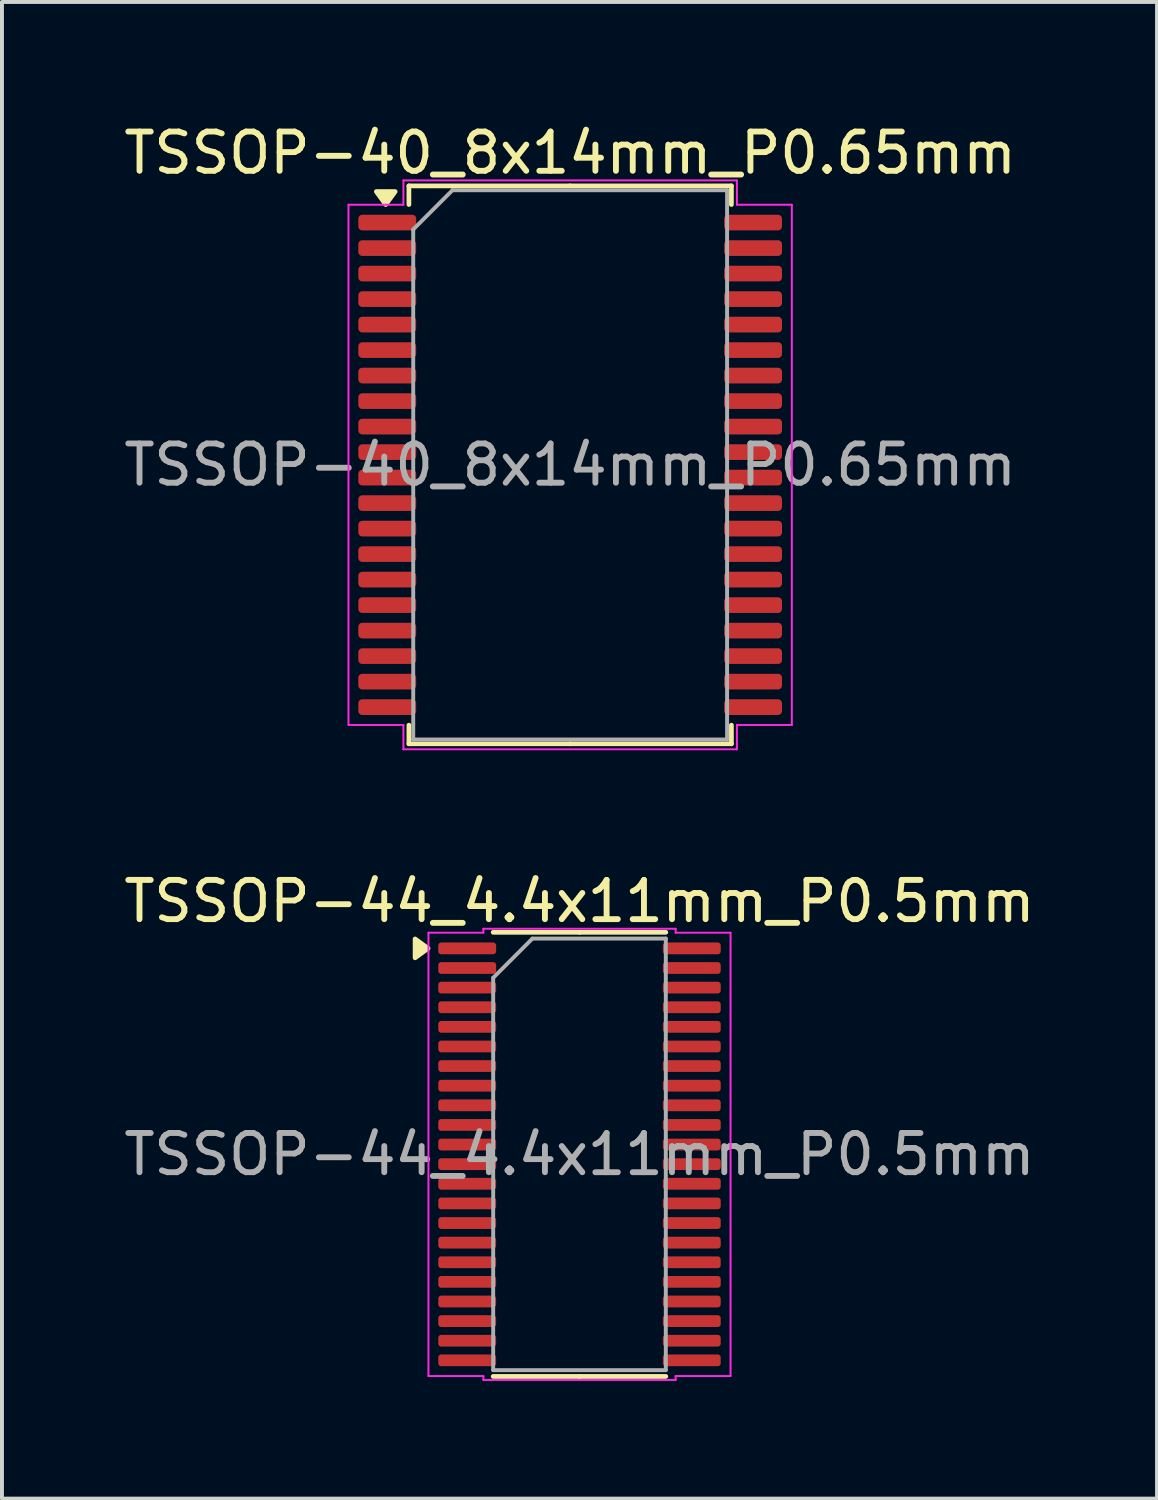
<source format=kicad_pcb>
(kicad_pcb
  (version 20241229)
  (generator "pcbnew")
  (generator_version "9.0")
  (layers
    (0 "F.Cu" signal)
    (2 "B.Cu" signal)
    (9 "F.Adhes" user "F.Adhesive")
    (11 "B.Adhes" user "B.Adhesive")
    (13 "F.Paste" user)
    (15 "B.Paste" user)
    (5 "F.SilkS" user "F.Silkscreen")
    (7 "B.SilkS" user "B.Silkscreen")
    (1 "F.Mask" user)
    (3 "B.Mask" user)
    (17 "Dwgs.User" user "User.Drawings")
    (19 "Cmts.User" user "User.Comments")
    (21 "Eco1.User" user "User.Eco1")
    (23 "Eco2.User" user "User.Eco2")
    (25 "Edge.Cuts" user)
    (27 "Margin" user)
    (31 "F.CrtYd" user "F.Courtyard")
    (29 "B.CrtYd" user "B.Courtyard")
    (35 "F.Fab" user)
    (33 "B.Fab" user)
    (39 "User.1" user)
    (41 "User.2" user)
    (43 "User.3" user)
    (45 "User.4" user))
  (footprint "TSSOP-40_8x14mm_P0.65mm"
    (layer "F.Cu")
    (at 11.482 8.798)
    (property "Reference" "TSSOP-40_8x14mm_P0.65mm" (at 0 -7.95 0) (layer "F.SilkS") (effects (font (size 1 1) (thickness 0.15))))
    (attr smd)
    (fp_line (start -4.11 -7.11) (end -4.11 -6.635) (stroke (width 0.12) (type solid)) (layer "F.SilkS"))
    (fp_line (start -4.11 7.11) (end -4.11 6.635) (stroke (width 0.12) (type solid)) (layer "F.SilkS"))
    (fp_line (start 0 -7.11) (end -4.11 -7.11) (stroke (width 0.12) (type solid)) (layer "F.SilkS"))
    (fp_line (start 0 -7.11) (end 4.11 -7.11) (stroke (width 0.12) (type solid)) (layer "F.SilkS"))
    (fp_line (start 0 7.11) (end -4.11 7.11) (stroke (width 0.12) (type solid)) (layer "F.SilkS"))
    (fp_line (start 0 7.11) (end 4.11 7.11) (stroke (width 0.12) (type solid)) (layer "F.SilkS"))
    (fp_line (start 4.11 -7.11) (end 4.11 -6.635) (stroke (width 0.12) (type solid)) (layer "F.SilkS"))
    (fp_line (start 4.11 7.11) (end 4.11 6.635) (stroke (width 0.12) (type solid)) (layer "F.SilkS"))
    (fp_poly (pts (xy -4.7 -6.635) (xy -4.94 -6.965) (xy -4.46 -6.965)) (stroke (width 0.12) (type solid)) (fill yes) (layer "F.SilkS"))
    (fp_line (start -5.65 -6.63) (end -4.25 -6.63) (stroke (width 0.05) (type solid)) (layer "F.CrtYd"))
    (fp_line (start -5.65 6.63) (end -5.65 -6.63) (stroke (width 0.05) (type solid)) (layer "F.CrtYd"))
    (fp_line (start -4.25 -7.25) (end 4.25 -7.25) (stroke (width 0.05) (type solid)) (layer "F.CrtYd"))
    (fp_line (start -4.25 -6.63) (end -4.25 -7.25) (stroke (width 0.05) (type solid)) (layer "F.CrtYd"))
    (fp_line (start -4.25 6.63) (end -5.65 6.63) (stroke (width 0.05) (type solid)) (layer "F.CrtYd"))
    (fp_line (start -4.25 7.25) (end -4.25 6.63) (stroke (width 0.05) (type solid)) (layer "F.CrtYd"))
    (fp_line (start 4.25 -7.25) (end 4.25 -6.63) (stroke (width 0.05) (type solid)) (layer "F.CrtYd"))
    (fp_line (start 4.25 -6.63) (end 5.65 -6.63) (stroke (width 0.05) (type solid)) (layer "F.CrtYd"))
    (fp_line (start 4.25 6.63) (end 4.25 7.25) (stroke (width 0.05) (type solid)) (layer "F.CrtYd"))
    (fp_line (start 4.25 7.25) (end -4.25 7.25) (stroke (width 0.05) (type solid)) (layer "F.CrtYd"))
    (fp_line (start 5.65 -6.63) (end 5.65 6.63) (stroke (width 0.05) (type solid)) (layer "F.CrtYd"))
    (fp_line (start 5.65 6.63) (end 4.25 6.63) (stroke (width 0.05) (type solid)) (layer "F.CrtYd"))
    (fp_line (start -4 -6) (end -3 -7) (stroke (width 0.1) (type solid)) (layer "F.Fab"))
    (fp_line (start -4 7) (end -4 -6) (stroke (width 0.1) (type solid)) (layer "F.Fab"))
    (fp_line (start -3 -7) (end 4 -7) (stroke (width 0.1) (type solid)) (layer "F.Fab"))
    (fp_line (start 4 -7) (end 4 7) (stroke (width 0.1) (type solid)) (layer "F.Fab"))
    (fp_line (start 4 7) (end -4 7) (stroke (width 0.1) (type solid)) (layer "F.Fab"))
    (fp_text user "${REFERENCE}" (at 0 0 0) (layer "F.Fab") (effects (font (size 1 1) (thickness 0.15))))
    (pad "1" smd roundrect (at -4.662 -6.175) (size 1.475 0.4) (layers "F.Cu" "F.Mask" "F.Paste") (roundrect_rratio 0.25))
    (pad "2" smd roundrect (at -4.662 -5.525) (size 1.475 0.4) (layers "F.Cu" "F.Mask" "F.Paste") (roundrect_rratio 0.25))
    (pad "3" smd roundrect (at -4.662 -4.875) (size 1.475 0.4) (layers "F.Cu" "F.Mask" "F.Paste") (roundrect_rratio 0.25))
    (pad "4" smd roundrect (at -4.662 -4.225) (size 1.475 0.4) (layers "F.Cu" "F.Mask" "F.Paste") (roundrect_rratio 0.25))
    (pad "5" smd roundrect (at -4.662 -3.575) (size 1.475 0.4) (layers "F.Cu" "F.Mask" "F.Paste") (roundrect_rratio 0.25))
    (pad "6" smd roundrect (at -4.662 -2.925) (size 1.475 0.4) (layers "F.Cu" "F.Mask" "F.Paste") (roundrect_rratio 0.25))
    (pad "7" smd roundrect (at -4.662 -2.275) (size 1.475 0.4) (layers "F.Cu" "F.Mask" "F.Paste") (roundrect_rratio 0.25))
    (pad "8" smd roundrect (at -4.662 -1.625) (size 1.475 0.4) (layers "F.Cu" "F.Mask" "F.Paste") (roundrect_rratio 0.25))
    (pad "9" smd roundrect (at -4.662 -0.975) (size 1.475 0.4) (layers "F.Cu" "F.Mask" "F.Paste") (roundrect_rratio 0.25))
    (pad "10" smd roundrect (at -4.662 -0.325) (size 1.475 0.4) (layers "F.Cu" "F.Mask" "F.Paste") (roundrect_rratio 0.25))
    (pad "11" smd roundrect (at -4.662 0.325) (size 1.475 0.4) (layers "F.Cu" "F.Mask" "F.Paste") (roundrect_rratio 0.25))
    (pad "12" smd roundrect (at -4.662 0.975) (size 1.475 0.4) (layers "F.Cu" "F.Mask" "F.Paste") (roundrect_rratio 0.25))
    (pad "13" smd roundrect (at -4.662 1.625) (size 1.475 0.4) (layers "F.Cu" "F.Mask" "F.Paste") (roundrect_rratio 0.25))
    (pad "14" smd roundrect (at -4.662 2.275) (size 1.475 0.4) (layers "F.Cu" "F.Mask" "F.Paste") (roundrect_rratio 0.25))
    (pad "15" smd roundrect (at -4.662 2.925) (size 1.475 0.4) (layers "F.Cu" "F.Mask" "F.Paste") (roundrect_rratio 0.25))
    (pad "16" smd roundrect (at -4.662 3.575) (size 1.475 0.4) (layers "F.Cu" "F.Mask" "F.Paste") (roundrect_rratio 0.25))
    (pad "17" smd roundrect (at -4.662 4.225) (size 1.475 0.4) (layers "F.Cu" "F.Mask" "F.Paste") (roundrect_rratio 0.25))
    (pad "18" smd roundrect (at -4.662 4.875) (size 1.475 0.4) (layers "F.Cu" "F.Mask" "F.Paste") (roundrect_rratio 0.25))
    (pad "19" smd roundrect (at -4.662 5.525) (size 1.475 0.4) (layers "F.Cu" "F.Mask" "F.Paste") (roundrect_rratio 0.25))
    (pad "20" smd roundrect (at -4.662 6.175) (size 1.475 0.4) (layers "F.Cu" "F.Mask" "F.Paste") (roundrect_rratio 0.25))
    (pad "21" smd roundrect (at 4.662 6.175) (size 1.475 0.4) (layers "F.Cu" "F.Mask" "F.Paste") (roundrect_rratio 0.25))
    (pad "22" smd roundrect (at 4.662 5.525) (size 1.475 0.4) (layers "F.Cu" "F.Mask" "F.Paste") (roundrect_rratio 0.25))
    (pad "23" smd roundrect (at 4.662 4.875) (size 1.475 0.4) (layers "F.Cu" "F.Mask" "F.Paste") (roundrect_rratio 0.25))
    (pad "24" smd roundrect (at 4.662 4.225) (size 1.475 0.4) (layers "F.Cu" "F.Mask" "F.Paste") (roundrect_rratio 0.25))
    (pad "25" smd roundrect (at 4.662 3.575) (size 1.475 0.4) (layers "F.Cu" "F.Mask" "F.Paste") (roundrect_rratio 0.25))
    (pad "26" smd roundrect (at 4.662 2.925) (size 1.475 0.4) (layers "F.Cu" "F.Mask" "F.Paste") (roundrect_rratio 0.25))
    (pad "27" smd roundrect (at 4.662 2.275) (size 1.475 0.4) (layers "F.Cu" "F.Mask" "F.Paste") (roundrect_rratio 0.25))
    (pad "28" smd roundrect (at 4.662 1.625) (size 1.475 0.4) (layers "F.Cu" "F.Mask" "F.Paste") (roundrect_rratio 0.25))
    (pad "29" smd roundrect (at 4.662 0.975) (size 1.475 0.4) (layers "F.Cu" "F.Mask" "F.Paste") (roundrect_rratio 0.25))
    (pad "30" smd roundrect (at 4.662 0.325) (size 1.475 0.4) (layers "F.Cu" "F.Mask" "F.Paste") (roundrect_rratio 0.25))
    (pad "31" smd roundrect (at 4.662 -0.325) (size 1.475 0.4) (layers "F.Cu" "F.Mask" "F.Paste") (roundrect_rratio 0.25))
    (pad "32" smd roundrect (at 4.662 -0.975) (size 1.475 0.4) (layers "F.Cu" "F.Mask" "F.Paste") (roundrect_rratio 0.25))
    (pad "33" smd roundrect (at 4.662 -1.625) (size 1.475 0.4) (layers "F.Cu" "F.Mask" "F.Paste") (roundrect_rratio 0.25))
    (pad "34" smd roundrect (at 4.662 -2.275) (size 1.475 0.4) (layers "F.Cu" "F.Mask" "F.Paste") (roundrect_rratio 0.25))
    (pad "35" smd roundrect (at 4.662 -2.925) (size 1.475 0.4) (layers "F.Cu" "F.Mask" "F.Paste") (roundrect_rratio 0.25))
    (pad "36" smd roundrect (at 4.662 -3.575) (size 1.475 0.4) (layers "F.Cu" "F.Mask" "F.Paste") (roundrect_rratio 0.25))
    (pad "37" smd roundrect (at 4.662 -4.225) (size 1.475 0.4) (layers "F.Cu" "F.Mask" "F.Paste") (roundrect_rratio 0.25))
    (pad "38" smd roundrect (at 4.662 -4.875) (size 1.475 0.4) (layers "F.Cu" "F.Mask" "F.Paste") (roundrect_rratio 0.25))
    (pad "39" smd roundrect (at 4.662 -5.525) (size 1.475 0.4) (layers "F.Cu" "F.Mask" "F.Paste") (roundrect_rratio 0.25))
    (pad "40" smd roundrect (at 4.662 -6.175) (size 1.475 0.4) (layers "F.Cu" "F.Mask" "F.Paste") (roundrect_rratio 0.25)))
  (footprint "TSSOP-44_4.4x11mm_P0.5mm"
    (layer "F.Cu")
    (at 11.72 26.372)
    (property "Reference" "TSSOP-44_4.4x11mm_P0.5mm" (at 0 -6.45 0) (layer "F.SilkS") (effects (font (size 1 1) (thickness 0.15))))
    (attr smd)
    (fp_line (start 0 -5.66) (end -2.2 -5.66) (stroke (width 0.12) (type solid)) (layer "F.SilkS"))
    (fp_line (start 0 -5.66) (end 2.2 -5.66) (stroke (width 0.12) (type solid)) (layer "F.SilkS"))
    (fp_line (start 0 5.66) (end -2.2 5.66) (stroke (width 0.12) (type solid)) (layer "F.SilkS"))
    (fp_line (start 0 5.66) (end 2.2 5.66) (stroke (width 0.12) (type solid)) (layer "F.SilkS"))
    (fp_poly (pts (xy -3.86 -5.25) (xy -4.19 -5.01) (xy -4.19 -5.49)) (stroke (width 0.12) (type solid)) (fill yes) (layer "F.SilkS"))
    (fp_line (start -3.85 -5.65) (end -2.45 -5.65) (stroke (width 0.05) (type solid)) (layer "F.CrtYd"))
    (fp_line (start -3.85 5.65) (end -3.85 -5.65) (stroke (width 0.05) (type solid)) (layer "F.CrtYd"))
    (fp_line (start -2.45 -5.75) (end 2.45 -5.75) (stroke (width 0.05) (type solid)) (layer "F.CrtYd"))
    (fp_line (start -2.45 -5.65) (end -2.45 -5.75) (stroke (width 0.05) (type solid)) (layer "F.CrtYd"))
    (fp_line (start -2.45 5.65) (end -3.85 5.65) (stroke (width 0.05) (type solid)) (layer "F.CrtYd"))
    (fp_line (start -2.45 5.75) (end -2.45 5.65) (stroke (width 0.05) (type solid)) (layer "F.CrtYd"))
    (fp_line (start 2.45 -5.75) (end 2.45 -5.65) (stroke (width 0.05) (type solid)) (layer "F.CrtYd"))
    (fp_line (start 2.45 -5.65) (end 3.85 -5.65) (stroke (width 0.05) (type solid)) (layer "F.CrtYd"))
    (fp_line (start 2.45 5.65) (end 2.45 5.75) (stroke (width 0.05) (type solid)) (layer "F.CrtYd"))
    (fp_line (start 2.45 5.75) (end -2.45 5.75) (stroke (width 0.05) (type solid)) (layer "F.CrtYd"))
    (fp_line (start 3.85 -5.65) (end 3.85 5.65) (stroke (width 0.05) (type solid)) (layer "F.CrtYd"))
    (fp_line (start 3.85 5.65) (end 2.45 5.65) (stroke (width 0.05) (type solid)) (layer "F.CrtYd"))
    (fp_line (start -2.2 -4.5) (end -1.2 -5.5) (stroke (width 0.1) (type solid)) (layer "F.Fab"))
    (fp_line (start -2.2 5.5) (end -2.2 -4.5) (stroke (width 0.1) (type solid)) (layer "F.Fab"))
    (fp_line (start -1.2 -5.5) (end 2.2 -5.5) (stroke (width 0.1) (type solid)) (layer "F.Fab"))
    (fp_line (start 2.2 -5.5) (end 2.2 5.5) (stroke (width 0.1) (type solid)) (layer "F.Fab"))
    (fp_line (start 2.2 5.5) (end -2.2 5.5) (stroke (width 0.1) (type solid)) (layer "F.Fab"))
    (fp_text user "${REFERENCE}" (at 0 0 0) (layer "F.Fab") (effects (font (size 1 1) (thickness 0.15))))
    (pad "1" smd roundrect (at -2.862 -5.25) (size 1.475 0.3) (layers "F.Cu" "F.Mask" "F.Paste") (roundrect_rratio 0.25))
    (pad "2" smd roundrect (at -2.862 -4.75) (size 1.475 0.3) (layers "F.Cu" "F.Mask" "F.Paste") (roundrect_rratio 0.25))
    (pad "3" smd roundrect (at -2.862 -4.25) (size 1.475 0.3) (layers "F.Cu" "F.Mask" "F.Paste") (roundrect_rratio 0.25))
    (pad "4" smd roundrect (at -2.862 -3.75) (size 1.475 0.3) (layers "F.Cu" "F.Mask" "F.Paste") (roundrect_rratio 0.25))
    (pad "5" smd roundrect (at -2.862 -3.25) (size 1.475 0.3) (layers "F.Cu" "F.Mask" "F.Paste") (roundrect_rratio 0.25))
    (pad "6" smd roundrect (at -2.862 -2.75) (size 1.475 0.3) (layers "F.Cu" "F.Mask" "F.Paste") (roundrect_rratio 0.25))
    (pad "7" smd roundrect (at -2.862 -2.25) (size 1.475 0.3) (layers "F.Cu" "F.Mask" "F.Paste") (roundrect_rratio 0.25))
    (pad "8" smd roundrect (at -2.862 -1.75) (size 1.475 0.3) (layers "F.Cu" "F.Mask" "F.Paste") (roundrect_rratio 0.25))
    (pad "9" smd roundrect (at -2.862 -1.25) (size 1.475 0.3) (layers "F.Cu" "F.Mask" "F.Paste") (roundrect_rratio 0.25))
    (pad "10" smd roundrect (at -2.862 -0.75) (size 1.475 0.3) (layers "F.Cu" "F.Mask" "F.Paste") (roundrect_rratio 0.25))
    (pad "11" smd roundrect (at -2.862 -0.25) (size 1.475 0.3) (layers "F.Cu" "F.Mask" "F.Paste") (roundrect_rratio 0.25))
    (pad "12" smd roundrect (at -2.862 0.25) (size 1.475 0.3) (layers "F.Cu" "F.Mask" "F.Paste") (roundrect_rratio 0.25))
    (pad "13" smd roundrect (at -2.862 0.75) (size 1.475 0.3) (layers "F.Cu" "F.Mask" "F.Paste") (roundrect_rratio 0.25))
    (pad "14" smd roundrect (at -2.862 1.25) (size 1.475 0.3) (layers "F.Cu" "F.Mask" "F.Paste") (roundrect_rratio 0.25))
    (pad "15" smd roundrect (at -2.862 1.75) (size 1.475 0.3) (layers "F.Cu" "F.Mask" "F.Paste") (roundrect_rratio 0.25))
    (pad "16" smd roundrect (at -2.862 2.25) (size 1.475 0.3) (layers "F.Cu" "F.Mask" "F.Paste") (roundrect_rratio 0.25))
    (pad "17" smd roundrect (at -2.862 2.75) (size 1.475 0.3) (layers "F.Cu" "F.Mask" "F.Paste") (roundrect_rratio 0.25))
    (pad "18" smd roundrect (at -2.862 3.25) (size 1.475 0.3) (layers "F.Cu" "F.Mask" "F.Paste") (roundrect_rratio 0.25))
    (pad "19" smd roundrect (at -2.862 3.75) (size 1.475 0.3) (layers "F.Cu" "F.Mask" "F.Paste") (roundrect_rratio 0.25))
    (pad "20" smd roundrect (at -2.862 4.25) (size 1.475 0.3) (layers "F.Cu" "F.Mask" "F.Paste") (roundrect_rratio 0.25))
    (pad "21" smd roundrect (at -2.862 4.75) (size 1.475 0.3) (layers "F.Cu" "F.Mask" "F.Paste") (roundrect_rratio 0.25))
    (pad "22" smd roundrect (at -2.862 5.25) (size 1.475 0.3) (layers "F.Cu" "F.Mask" "F.Paste") (roundrect_rratio 0.25))
    (pad "23" smd roundrect (at 2.862 5.25) (size 1.475 0.3) (layers "F.Cu" "F.Mask" "F.Paste") (roundrect_rratio 0.25))
    (pad "24" smd roundrect (at 2.862 4.75) (size 1.475 0.3) (layers "F.Cu" "F.Mask" "F.Paste") (roundrect_rratio 0.25))
    (pad "25" smd roundrect (at 2.862 4.25) (size 1.475 0.3) (layers "F.Cu" "F.Mask" "F.Paste") (roundrect_rratio 0.25))
    (pad "26" smd roundrect (at 2.862 3.75) (size 1.475 0.3) (layers "F.Cu" "F.Mask" "F.Paste") (roundrect_rratio 0.25))
    (pad "27" smd roundrect (at 2.862 3.25) (size 1.475 0.3) (layers "F.Cu" "F.Mask" "F.Paste") (roundrect_rratio 0.25))
    (pad "28" smd roundrect (at 2.862 2.75) (size 1.475 0.3) (layers "F.Cu" "F.Mask" "F.Paste") (roundrect_rratio 0.25))
    (pad "29" smd roundrect (at 2.862 2.25) (size 1.475 0.3) (layers "F.Cu" "F.Mask" "F.Paste") (roundrect_rratio 0.25))
    (pad "30" smd roundrect (at 2.862 1.75) (size 1.475 0.3) (layers "F.Cu" "F.Mask" "F.Paste") (roundrect_rratio 0.25))
    (pad "31" smd roundrect (at 2.862 1.25) (size 1.475 0.3) (layers "F.Cu" "F.Mask" "F.Paste") (roundrect_rratio 0.25))
    (pad "32" smd roundrect (at 2.862 0.75) (size 1.475 0.3) (layers "F.Cu" "F.Mask" "F.Paste") (roundrect_rratio 0.25))
    (pad "33" smd roundrect (at 2.862 0.25) (size 1.475 0.3) (layers "F.Cu" "F.Mask" "F.Paste") (roundrect_rratio 0.25))
    (pad "34" smd roundrect (at 2.862 -0.25) (size 1.475 0.3) (layers "F.Cu" "F.Mask" "F.Paste") (roundrect_rratio 0.25))
    (pad "35" smd roundrect (at 2.862 -0.75) (size 1.475 0.3) (layers "F.Cu" "F.Mask" "F.Paste") (roundrect_rratio 0.25))
    (pad "36" smd roundrect (at 2.862 -1.25) (size 1.475 0.3) (layers "F.Cu" "F.Mask" "F.Paste") (roundrect_rratio 0.25))
    (pad "37" smd roundrect (at 2.862 -1.75) (size 1.475 0.3) (layers "F.Cu" "F.Mask" "F.Paste") (roundrect_rratio 0.25))
    (pad "38" smd roundrect (at 2.862 -2.25) (size 1.475 0.3) (layers "F.Cu" "F.Mask" "F.Paste") (roundrect_rratio 0.25))
    (pad "39" smd roundrect (at 2.862 -2.75) (size 1.475 0.3) (layers "F.Cu" "F.Mask" "F.Paste") (roundrect_rratio 0.25))
    (pad "40" smd roundrect (at 2.862 -3.25) (size 1.475 0.3) (layers "F.Cu" "F.Mask" "F.Paste") (roundrect_rratio 0.25))
    (pad "41" smd roundrect (at 2.862 -3.75) (size 1.475 0.3) (layers "F.Cu" "F.Mask" "F.Paste") (roundrect_rratio 0.25))
    (pad "42" smd roundrect (at 2.862 -4.25) (size 1.475 0.3) (layers "F.Cu" "F.Mask" "F.Paste") (roundrect_rratio 0.25))
    (pad "43" smd roundrect (at 2.862 -4.75) (size 1.475 0.3) (layers "F.Cu" "F.Mask" "F.Paste") (roundrect_rratio 0.25))
    (pad "44" smd roundrect (at 2.862 -5.25) (size 1.475 0.3) (layers "F.Cu" "F.Mask" "F.Paste") (roundrect_rratio 0.25)))
  (gr_rect
    (start -3 -3)
    (end 26.44 35.147)
    (stroke (width 0.1) (type default))
    (fill no)
    (layer "Edge.Cuts")))
</source>
